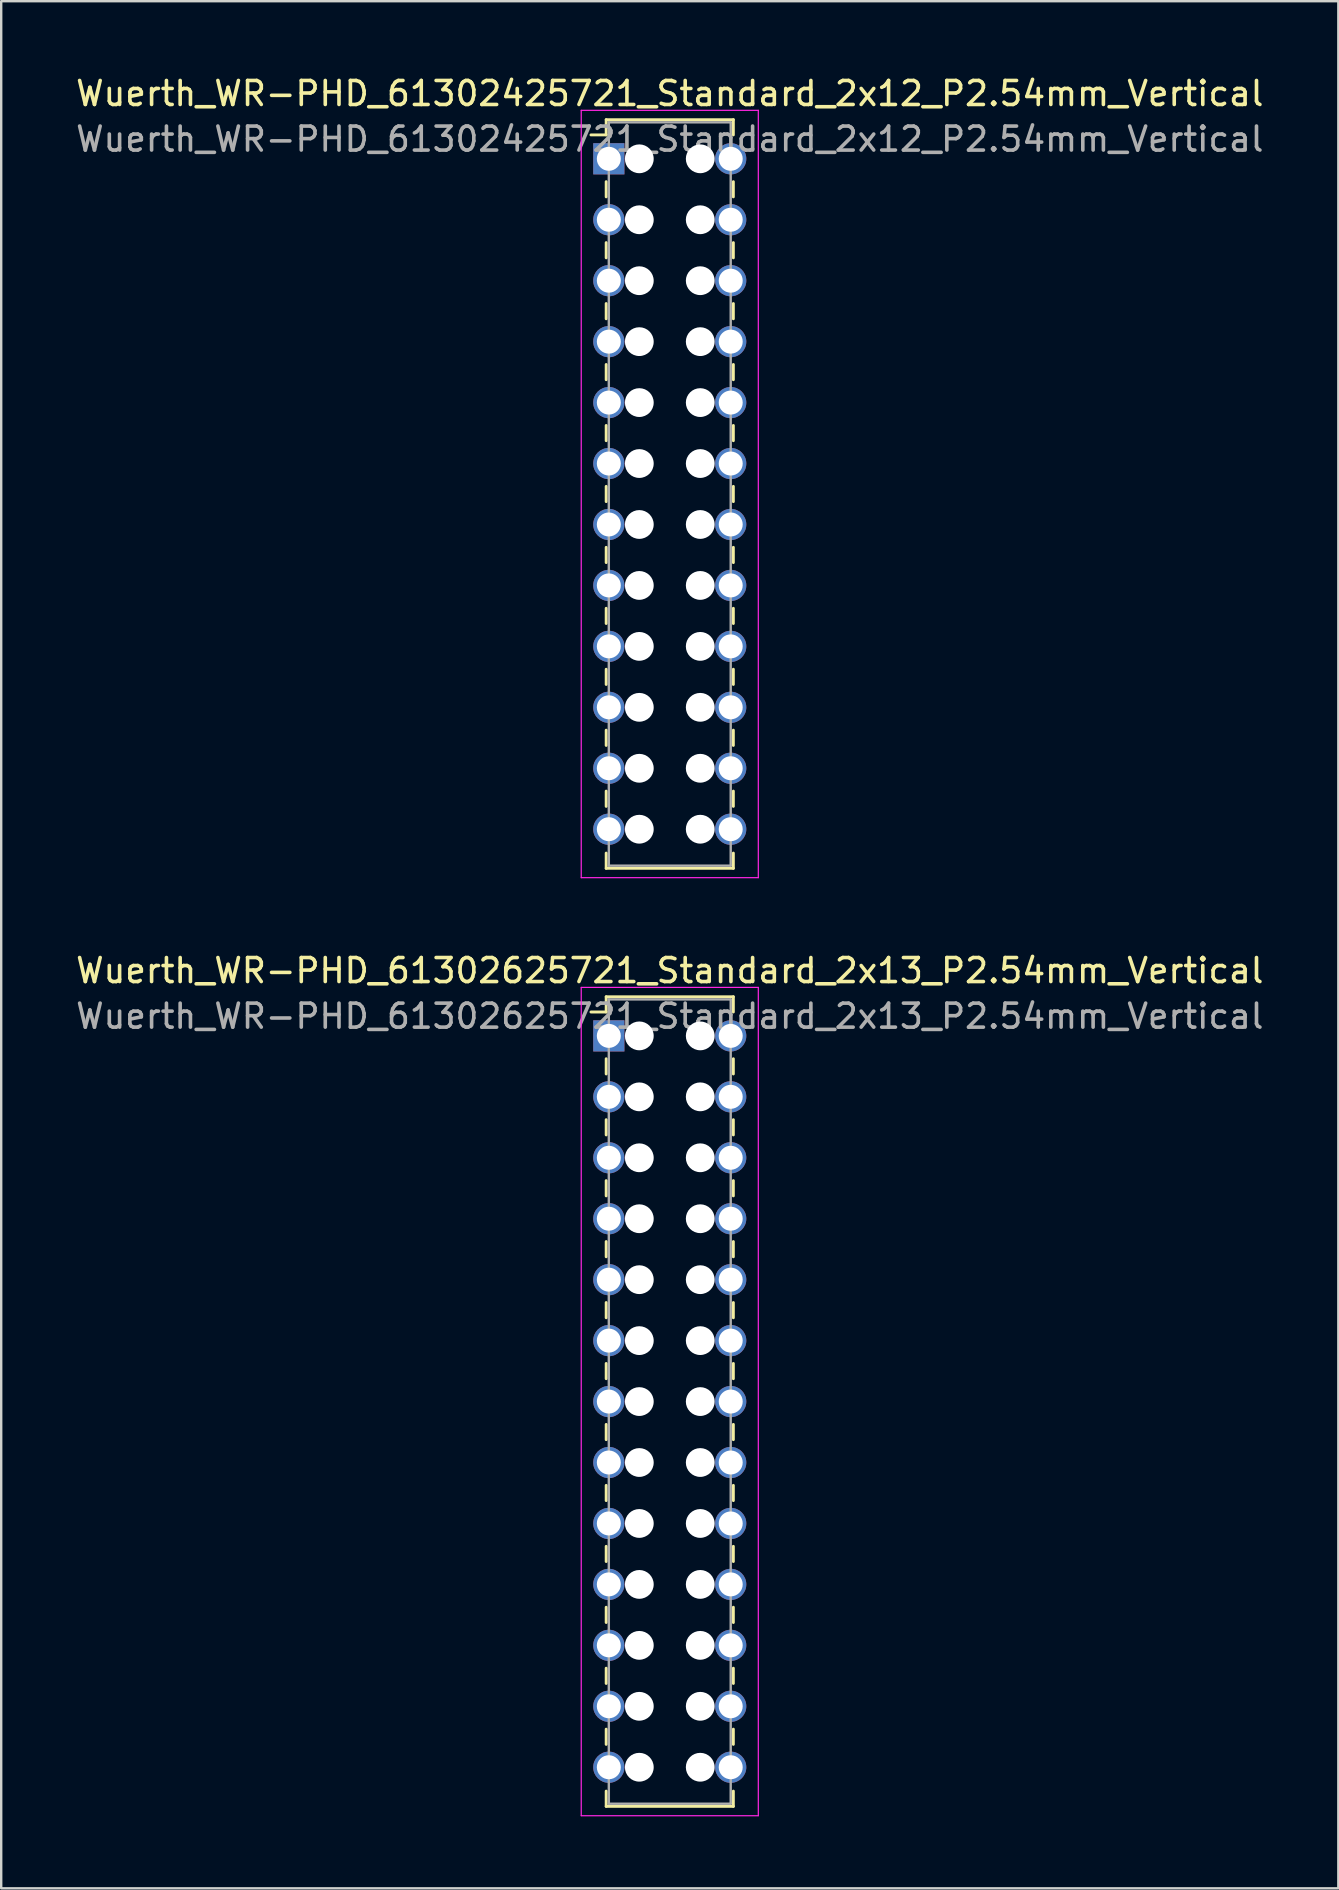
<source format=kicad_pcb>
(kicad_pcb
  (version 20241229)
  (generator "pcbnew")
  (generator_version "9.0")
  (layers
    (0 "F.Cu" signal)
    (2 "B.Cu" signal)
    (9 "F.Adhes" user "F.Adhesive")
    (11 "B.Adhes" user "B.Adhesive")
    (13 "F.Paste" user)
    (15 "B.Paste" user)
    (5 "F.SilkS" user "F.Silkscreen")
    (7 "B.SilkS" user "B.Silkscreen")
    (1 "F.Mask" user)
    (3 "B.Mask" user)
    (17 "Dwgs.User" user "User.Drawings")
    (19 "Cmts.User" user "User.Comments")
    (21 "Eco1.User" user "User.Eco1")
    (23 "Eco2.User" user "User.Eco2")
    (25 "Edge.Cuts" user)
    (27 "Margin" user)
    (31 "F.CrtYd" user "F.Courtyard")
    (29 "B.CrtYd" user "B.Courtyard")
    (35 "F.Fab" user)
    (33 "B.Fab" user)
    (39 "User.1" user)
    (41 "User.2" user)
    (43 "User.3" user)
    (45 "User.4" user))
  (footprint "Wuerth_WR-PHD_61302425721_Standard_2x12_P2.54mm_Vertical"
    (layer "F.Cu")
    (at 22.323 3.568)
    (property "Reference" "Wuerth_WR-PHD_61302425721_Standard_2x12_P2.54mm_Vertical" (at 2.54 -2.72 0) (layer "F.SilkS") (effects (font (size 1 1) (thickness 0.15))))
    (attr through_hole)
    (fp_line (start -0.11 -1.63) (end -0.11 -0.995) (stroke (width 0.12) (type solid)) (layer "F.SilkS"))
    (fp_line (start -0.11 -1.63) (end 5.19 -1.63) (stroke (width 0.12) (type solid)) (layer "F.SilkS"))
    (fp_line (start -0.11 -0.995) (end -0.745 -0.995) (stroke (width 0.12) (type solid)) (layer "F.SilkS"))
    (fp_line (start -0.11 0.953) (end -0.11 1.587) (stroke (width 0.12) (type solid)) (layer "F.SilkS"))
    (fp_line (start -0.11 3.493) (end -0.11 4.128) (stroke (width 0.12) (type solid)) (layer "F.SilkS"))
    (fp_line (start -0.11 6.032) (end -0.11 6.668) (stroke (width 0.12) (type solid)) (layer "F.SilkS"))
    (fp_line (start -0.11 8.572) (end -0.11 9.207) (stroke (width 0.12) (type solid)) (layer "F.SilkS"))
    (fp_line (start -0.11 11.113) (end -0.11 11.748) (stroke (width 0.12) (type solid)) (layer "F.SilkS"))
    (fp_line (start -0.11 13.652) (end -0.11 14.287) (stroke (width 0.12) (type solid)) (layer "F.SilkS"))
    (fp_line (start -0.11 16.192) (end -0.11 16.828) (stroke (width 0.12) (type solid)) (layer "F.SilkS"))
    (fp_line (start -0.11 18.733) (end -0.11 19.367) (stroke (width 0.12) (type solid)) (layer "F.SilkS"))
    (fp_line (start -0.11 21.273) (end -0.11 21.907) (stroke (width 0.12) (type solid)) (layer "F.SilkS"))
    (fp_line (start -0.11 23.812) (end -0.11 24.448) (stroke (width 0.12) (type solid)) (layer "F.SilkS"))
    (fp_line (start -0.11 26.352) (end -0.11 26.988) (stroke (width 0.12) (type solid)) (layer "F.SilkS"))
    (fp_line (start -0.11 29.57) (end -0.11 28.935) (stroke (width 0.12) (type solid)) (layer "F.SilkS"))
    (fp_line (start -0.11 29.57) (end 5.19 29.57) (stroke (width 0.12) (type solid)) (layer "F.SilkS"))
    (fp_line (start 5.19 -1.63) (end 5.19 -0.995) (stroke (width 0.12) (type solid)) (layer "F.SilkS"))
    (fp_line (start 5.19 0.953) (end 5.19 1.587) (stroke (width 0.12) (type solid)) (layer "F.SilkS"))
    (fp_line (start 5.19 3.493) (end 5.19 4.128) (stroke (width 0.12) (type solid)) (layer "F.SilkS"))
    (fp_line (start 5.19 6.032) (end 5.19 6.668) (stroke (width 0.12) (type solid)) (layer "F.SilkS"))
    (fp_line (start 5.19 8.572) (end 5.19 9.207) (stroke (width 0.12) (type solid)) (layer "F.SilkS"))
    (fp_line (start 5.19 11.113) (end 5.19 11.748) (stroke (width 0.12) (type solid)) (layer "F.SilkS"))
    (fp_line (start 5.19 13.652) (end 5.19 14.287) (stroke (width 0.12) (type solid)) (layer "F.SilkS"))
    (fp_line (start 5.19 16.192) (end 5.19 16.828) (stroke (width 0.12) (type solid)) (layer "F.SilkS"))
    (fp_line (start 5.19 18.733) (end 5.19 19.367) (stroke (width 0.12) (type solid)) (layer "F.SilkS"))
    (fp_line (start 5.19 21.273) (end 5.19 21.907) (stroke (width 0.12) (type solid)) (layer "F.SilkS"))
    (fp_line (start 5.19 23.812) (end 5.19 24.448) (stroke (width 0.12) (type solid)) (layer "F.SilkS"))
    (fp_line (start 5.19 26.352) (end 5.19 26.988) (stroke (width 0.12) (type solid)) (layer "F.SilkS"))
    (fp_line (start 5.19 29.57) (end 5.19 28.935) (stroke (width 0.12) (type solid)) (layer "F.SilkS"))
    (fp_line (start -1.15 -2.02) (end -1.15 29.96) (stroke (width 0.05) (type solid)) (layer "F.CrtYd"))
    (fp_line (start -1.15 29.96) (end 6.23 29.96) (stroke (width 0.05) (type solid)) (layer "F.CrtYd"))
    (fp_line (start 6.23 -2.02) (end -1.15 -2.02) (stroke (width 0.05) (type solid)) (layer "F.CrtYd"))
    (fp_line (start 6.23 29.96) (end 6.23 -2.02) (stroke (width 0.05) (type solid)) (layer "F.CrtYd"))
    (fp_line (start 0 -1.52) (end 0 29.46) (stroke (width 0.1) (type solid)) (layer "F.Fab"))
    (fp_line (start 0 29.46) (end 5.08 29.46) (stroke (width 0.1) (type solid)) (layer "F.Fab"))
    (fp_line (start 5.08 -1.52) (end 0 -1.52) (stroke (width 0.1) (type solid)) (layer "F.Fab"))
    (fp_line (start 5.08 29.46) (end 5.08 -1.52) (stroke (width 0.1) (type solid)) (layer "F.Fab"))
    (fp_text user "${REFERENCE}" (at 2.54 -0.82 0) (layer "F.Fab") (effects (font (size 1 1) (thickness 0.15))))
    (pad "" np_thru_hole circle (at 1.27 0) (size 1.2 1.2) (drill 1.2) (layers "*.Cu" "*.Mask"))
    (pad "" np_thru_hole circle (at 1.27 2.54) (size 1.2 1.2) (drill 1.2) (layers "*.Cu" "*.Mask"))
    (pad "" np_thru_hole circle (at 1.27 5.08) (size 1.2 1.2) (drill 1.2) (layers "*.Cu" "*.Mask"))
    (pad "" np_thru_hole circle (at 1.27 7.62) (size 1.2 1.2) (drill 1.2) (layers "*.Cu" "*.Mask"))
    (pad "" np_thru_hole circle (at 1.27 10.16) (size 1.2 1.2) (drill 1.2) (layers "*.Cu" "*.Mask"))
    (pad "" np_thru_hole circle (at 1.27 12.7) (size 1.2 1.2) (drill 1.2) (layers "*.Cu" "*.Mask"))
    (pad "" np_thru_hole circle (at 1.27 15.24) (size 1.2 1.2) (drill 1.2) (layers "*.Cu" "*.Mask"))
    (pad "" np_thru_hole circle (at 1.27 17.78) (size 1.2 1.2) (drill 1.2) (layers "*.Cu" "*.Mask"))
    (pad "" np_thru_hole circle (at 1.27 20.32) (size 1.2 1.2) (drill 1.2) (layers "*.Cu" "*.Mask"))
    (pad "" np_thru_hole circle (at 1.27 22.86) (size 1.2 1.2) (drill 1.2) (layers "*.Cu" "*.Mask"))
    (pad "" np_thru_hole circle (at 1.27 25.4) (size 1.2 1.2) (drill 1.2) (layers "*.Cu" "*.Mask"))
    (pad "" np_thru_hole circle (at 1.27 27.94) (size 1.2 1.2) (drill 1.2) (layers "*.Cu" "*.Mask"))
    (pad "" np_thru_hole circle (at 3.81 0) (size 1.2 1.2) (drill 1.2) (layers "*.Cu" "*.Mask"))
    (pad "" np_thru_hole circle (at 3.81 2.54) (size 1.2 1.2) (drill 1.2) (layers "*.Cu" "*.Mask"))
    (pad "" np_thru_hole circle (at 3.81 5.08) (size 1.2 1.2) (drill 1.2) (layers "*.Cu" "*.Mask"))
    (pad "" np_thru_hole circle (at 3.81 7.62) (size 1.2 1.2) (drill 1.2) (layers "*.Cu" "*.Mask"))
    (pad "" np_thru_hole circle (at 3.81 10.16) (size 1.2 1.2) (drill 1.2) (layers "*.Cu" "*.Mask"))
    (pad "" np_thru_hole circle (at 3.81 12.7) (size 1.2 1.2) (drill 1.2) (layers "*.Cu" "*.Mask"))
    (pad "" np_thru_hole circle (at 3.81 15.24) (size 1.2 1.2) (drill 1.2) (layers "*.Cu" "*.Mask"))
    (pad "" np_thru_hole circle (at 3.81 17.78) (size 1.2 1.2) (drill 1.2) (layers "*.Cu" "*.Mask"))
    (pad "" np_thru_hole circle (at 3.81 20.32) (size 1.2 1.2) (drill 1.2) (layers "*.Cu" "*.Mask"))
    (pad "" np_thru_hole circle (at 3.81 22.86) (size 1.2 1.2) (drill 1.2) (layers "*.Cu" "*.Mask"))
    (pad "" np_thru_hole circle (at 3.81 25.4) (size 1.2 1.2) (drill 1.2) (layers "*.Cu" "*.Mask"))
    (pad "" np_thru_hole circle (at 3.81 27.94) (size 1.2 1.2) (drill 1.2) (layers "*.Cu" "*.Mask"))
    (pad "1" thru_hole rect (at 0 0) (size 1.3 1.3) (drill 1) (layers "*.Cu" "*.Mask"))
    (pad "2" thru_hole circle (at 5.08 0) (size 1.3 1.3) (drill 1) (layers "*.Cu" "*.Mask"))
    (pad "3" thru_hole circle (at 0 2.54) (size 1.3 1.3) (drill 1) (layers "*.Cu" "*.Mask"))
    (pad "4" thru_hole circle (at 5.08 2.54) (size 1.3 1.3) (drill 1) (layers "*.Cu" "*.Mask"))
    (pad "5" thru_hole circle (at 0 5.08) (size 1.3 1.3) (drill 1) (layers "*.Cu" "*.Mask"))
    (pad "6" thru_hole circle (at 5.08 5.08) (size 1.3 1.3) (drill 1) (layers "*.Cu" "*.Mask"))
    (pad "7" thru_hole circle (at 0 7.62) (size 1.3 1.3) (drill 1) (layers "*.Cu" "*.Mask"))
    (pad "8" thru_hole circle (at 5.08 7.62) (size 1.3 1.3) (drill 1) (layers "*.Cu" "*.Mask"))
    (pad "9" thru_hole circle (at 0 10.16) (size 1.3 1.3) (drill 1) (layers "*.Cu" "*.Mask"))
    (pad "10" thru_hole circle (at 5.08 10.16) (size 1.3 1.3) (drill 1) (layers "*.Cu" "*.Mask"))
    (pad "11" thru_hole circle (at 0 12.7) (size 1.3 1.3) (drill 1) (layers "*.Cu" "*.Mask"))
    (pad "12" thru_hole circle (at 5.08 12.7) (size 1.3 1.3) (drill 1) (layers "*.Cu" "*.Mask"))
    (pad "13" thru_hole circle (at 0 15.24) (size 1.3 1.3) (drill 1) (layers "*.Cu" "*.Mask"))
    (pad "14" thru_hole circle (at 5.08 15.24) (size 1.3 1.3) (drill 1) (layers "*.Cu" "*.Mask"))
    (pad "15" thru_hole circle (at 0 17.78) (size 1.3 1.3) (drill 1) (layers "*.Cu" "*.Mask"))
    (pad "16" thru_hole circle (at 5.08 17.78) (size 1.3 1.3) (drill 1) (layers "*.Cu" "*.Mask"))
    (pad "17" thru_hole circle (at 0 20.32) (size 1.3 1.3) (drill 1) (layers "*.Cu" "*.Mask"))
    (pad "18" thru_hole circle (at 5.08 20.32) (size 1.3 1.3) (drill 1) (layers "*.Cu" "*.Mask"))
    (pad "19" thru_hole circle (at 0 22.86) (size 1.3 1.3) (drill 1) (layers "*.Cu" "*.Mask"))
    (pad "20" thru_hole circle (at 5.08 22.86) (size 1.3 1.3) (drill 1) (layers "*.Cu" "*.Mask"))
    (pad "21" thru_hole circle (at 0 25.4) (size 1.3 1.3) (drill 1) (layers "*.Cu" "*.Mask"))
    (pad "22" thru_hole circle (at 5.08 25.4) (size 1.3 1.3) (drill 1) (layers "*.Cu" "*.Mask"))
    (pad "23" thru_hole circle (at 0 27.94) (size 1.3 1.3) (drill 1) (layers "*.Cu" "*.Mask"))
    (pad "24" thru_hole circle (at 5.08 27.94) (size 1.3 1.3) (drill 1) (layers "*.Cu" "*.Mask")))
  (footprint "Wuerth_WR-PHD_61302625721_Standard_2x13_P2.54mm_Vertical"
    (layer "F.Cu")
    (at 22.323 40.121)
    (property "Reference" "Wuerth_WR-PHD_61302625721_Standard_2x13_P2.54mm_Vertical" (at 2.54 -2.72 0) (layer "F.SilkS") (effects (font (size 1 1) (thickness 0.15))))
    (attr through_hole)
    (fp_line (start -0.11 -1.63) (end -0.11 -0.995) (stroke (width 0.12) (type solid)) (layer "F.SilkS"))
    (fp_line (start -0.11 -1.63) (end 5.19 -1.63) (stroke (width 0.12) (type solid)) (layer "F.SilkS"))
    (fp_line (start -0.11 -0.995) (end -0.745 -0.995) (stroke (width 0.12) (type solid)) (layer "F.SilkS"))
    (fp_line (start -0.11 0.953) (end -0.11 1.587) (stroke (width 0.12) (type solid)) (layer "F.SilkS"))
    (fp_line (start -0.11 3.493) (end -0.11 4.128) (stroke (width 0.12) (type solid)) (layer "F.SilkS"))
    (fp_line (start -0.11 6.032) (end -0.11 6.668) (stroke (width 0.12) (type solid)) (layer "F.SilkS"))
    (fp_line (start -0.11 8.572) (end -0.11 9.207) (stroke (width 0.12) (type solid)) (layer "F.SilkS"))
    (fp_line (start -0.11 11.113) (end -0.11 11.748) (stroke (width 0.12) (type solid)) (layer "F.SilkS"))
    (fp_line (start -0.11 13.652) (end -0.11 14.287) (stroke (width 0.12) (type solid)) (layer "F.SilkS"))
    (fp_line (start -0.11 16.192) (end -0.11 16.828) (stroke (width 0.12) (type solid)) (layer "F.SilkS"))
    (fp_line (start -0.11 18.733) (end -0.11 19.367) (stroke (width 0.12) (type solid)) (layer "F.SilkS"))
    (fp_line (start -0.11 21.273) (end -0.11 21.907) (stroke (width 0.12) (type solid)) (layer "F.SilkS"))
    (fp_line (start -0.11 23.812) (end -0.11 24.448) (stroke (width 0.12) (type solid)) (layer "F.SilkS"))
    (fp_line (start -0.11 26.352) (end -0.11 26.988) (stroke (width 0.12) (type solid)) (layer "F.SilkS"))
    (fp_line (start -0.11 28.892) (end -0.11 29.527) (stroke (width 0.12) (type solid)) (layer "F.SilkS"))
    (fp_line (start -0.11 32.11) (end -0.11 31.475) (stroke (width 0.12) (type solid)) (layer "F.SilkS"))
    (fp_line (start -0.11 32.11) (end 5.19 32.11) (stroke (width 0.12) (type solid)) (layer "F.SilkS"))
    (fp_line (start 5.19 -1.63) (end 5.19 -0.995) (stroke (width 0.12) (type solid)) (layer "F.SilkS"))
    (fp_line (start 5.19 0.953) (end 5.19 1.587) (stroke (width 0.12) (type solid)) (layer "F.SilkS"))
    (fp_line (start 5.19 3.493) (end 5.19 4.128) (stroke (width 0.12) (type solid)) (layer "F.SilkS"))
    (fp_line (start 5.19 6.032) (end 5.19 6.668) (stroke (width 0.12) (type solid)) (layer "F.SilkS"))
    (fp_line (start 5.19 8.572) (end 5.19 9.207) (stroke (width 0.12) (type solid)) (layer "F.SilkS"))
    (fp_line (start 5.19 11.113) (end 5.19 11.748) (stroke (width 0.12) (type solid)) (layer "F.SilkS"))
    (fp_line (start 5.19 13.652) (end 5.19 14.287) (stroke (width 0.12) (type solid)) (layer "F.SilkS"))
    (fp_line (start 5.19 16.192) (end 5.19 16.828) (stroke (width 0.12) (type solid)) (layer "F.SilkS"))
    (fp_line (start 5.19 18.733) (end 5.19 19.367) (stroke (width 0.12) (type solid)) (layer "F.SilkS"))
    (fp_line (start 5.19 21.273) (end 5.19 21.907) (stroke (width 0.12) (type solid)) (layer "F.SilkS"))
    (fp_line (start 5.19 23.812) (end 5.19 24.448) (stroke (width 0.12) (type solid)) (layer "F.SilkS"))
    (fp_line (start 5.19 26.352) (end 5.19 26.988) (stroke (width 0.12) (type solid)) (layer "F.SilkS"))
    (fp_line (start 5.19 28.892) (end 5.19 29.527) (stroke (width 0.12) (type solid)) (layer "F.SilkS"))
    (fp_line (start 5.19 32.11) (end 5.19 31.475) (stroke (width 0.12) (type solid)) (layer "F.SilkS"))
    (fp_line (start -1.15 -2.02) (end -1.15 32.5) (stroke (width 0.05) (type solid)) (layer "F.CrtYd"))
    (fp_line (start -1.15 32.5) (end 6.23 32.5) (stroke (width 0.05) (type solid)) (layer "F.CrtYd"))
    (fp_line (start 6.23 -2.02) (end -1.15 -2.02) (stroke (width 0.05) (type solid)) (layer "F.CrtYd"))
    (fp_line (start 6.23 32.5) (end 6.23 -2.02) (stroke (width 0.05) (type solid)) (layer "F.CrtYd"))
    (fp_line (start 0 -1.52) (end 0 32) (stroke (width 0.1) (type solid)) (layer "F.Fab"))
    (fp_line (start 0 32) (end 5.08 32) (stroke (width 0.1) (type solid)) (layer "F.Fab"))
    (fp_line (start 5.08 -1.52) (end 0 -1.52) (stroke (width 0.1) (type solid)) (layer "F.Fab"))
    (fp_line (start 5.08 32) (end 5.08 -1.52) (stroke (width 0.1) (type solid)) (layer "F.Fab"))
    (fp_text user "${REFERENCE}" (at 2.54 -0.82 0) (layer "F.Fab") (effects (font (size 1 1) (thickness 0.15))))
    (pad "" np_thru_hole circle (at 1.27 0) (size 1.2 1.2) (drill 1.2) (layers "*.Cu" "*.Mask"))
    (pad "" np_thru_hole circle (at 1.27 2.54) (size 1.2 1.2) (drill 1.2) (layers "*.Cu" "*.Mask"))
    (pad "" np_thru_hole circle (at 1.27 5.08) (size 1.2 1.2) (drill 1.2) (layers "*.Cu" "*.Mask"))
    (pad "" np_thru_hole circle (at 1.27 7.62) (size 1.2 1.2) (drill 1.2) (layers "*.Cu" "*.Mask"))
    (pad "" np_thru_hole circle (at 1.27 10.16) (size 1.2 1.2) (drill 1.2) (layers "*.Cu" "*.Mask"))
    (pad "" np_thru_hole circle (at 1.27 12.7) (size 1.2 1.2) (drill 1.2) (layers "*.Cu" "*.Mask"))
    (pad "" np_thru_hole circle (at 1.27 15.24) (size 1.2 1.2) (drill 1.2) (layers "*.Cu" "*.Mask"))
    (pad "" np_thru_hole circle (at 1.27 17.78) (size 1.2 1.2) (drill 1.2) (layers "*.Cu" "*.Mask"))
    (pad "" np_thru_hole circle (at 1.27 20.32) (size 1.2 1.2) (drill 1.2) (layers "*.Cu" "*.Mask"))
    (pad "" np_thru_hole circle (at 1.27 22.86) (size 1.2 1.2) (drill 1.2) (layers "*.Cu" "*.Mask"))
    (pad "" np_thru_hole circle (at 1.27 25.4) (size 1.2 1.2) (drill 1.2) (layers "*.Cu" "*.Mask"))
    (pad "" np_thru_hole circle (at 1.27 27.94) (size 1.2 1.2) (drill 1.2) (layers "*.Cu" "*.Mask"))
    (pad "" np_thru_hole circle (at 1.27 30.48) (size 1.2 1.2) (drill 1.2) (layers "*.Cu" "*.Mask"))
    (pad "" np_thru_hole circle (at 3.81 0) (size 1.2 1.2) (drill 1.2) (layers "*.Cu" "*.Mask"))
    (pad "" np_thru_hole circle (at 3.81 2.54) (size 1.2 1.2) (drill 1.2) (layers "*.Cu" "*.Mask"))
    (pad "" np_thru_hole circle (at 3.81 5.08) (size 1.2 1.2) (drill 1.2) (layers "*.Cu" "*.Mask"))
    (pad "" np_thru_hole circle (at 3.81 7.62) (size 1.2 1.2) (drill 1.2) (layers "*.Cu" "*.Mask"))
    (pad "" np_thru_hole circle (at 3.81 10.16) (size 1.2 1.2) (drill 1.2) (layers "*.Cu" "*.Mask"))
    (pad "" np_thru_hole circle (at 3.81 12.7) (size 1.2 1.2) (drill 1.2) (layers "*.Cu" "*.Mask"))
    (pad "" np_thru_hole circle (at 3.81 15.24) (size 1.2 1.2) (drill 1.2) (layers "*.Cu" "*.Mask"))
    (pad "" np_thru_hole circle (at 3.81 17.78) (size 1.2 1.2) (drill 1.2) (layers "*.Cu" "*.Mask"))
    (pad "" np_thru_hole circle (at 3.81 20.32) (size 1.2 1.2) (drill 1.2) (layers "*.Cu" "*.Mask"))
    (pad "" np_thru_hole circle (at 3.81 22.86) (size 1.2 1.2) (drill 1.2) (layers "*.Cu" "*.Mask"))
    (pad "" np_thru_hole circle (at 3.81 25.4) (size 1.2 1.2) (drill 1.2) (layers "*.Cu" "*.Mask"))
    (pad "" np_thru_hole circle (at 3.81 27.94) (size 1.2 1.2) (drill 1.2) (layers "*.Cu" "*.Mask"))
    (pad "" np_thru_hole circle (at 3.81 30.48) (size 1.2 1.2) (drill 1.2) (layers "*.Cu" "*.Mask"))
    (pad "1" thru_hole rect (at 0 0) (size 1.3 1.3) (drill 1) (layers "*.Cu" "*.Mask"))
    (pad "2" thru_hole circle (at 5.08 0) (size 1.3 1.3) (drill 1) (layers "*.Cu" "*.Mask"))
    (pad "3" thru_hole circle (at 0 2.54) (size 1.3 1.3) (drill 1) (layers "*.Cu" "*.Mask"))
    (pad "4" thru_hole circle (at 5.08 2.54) (size 1.3 1.3) (drill 1) (layers "*.Cu" "*.Mask"))
    (pad "5" thru_hole circle (at 0 5.08) (size 1.3 1.3) (drill 1) (layers "*.Cu" "*.Mask"))
    (pad "6" thru_hole circle (at 5.08 5.08) (size 1.3 1.3) (drill 1) (layers "*.Cu" "*.Mask"))
    (pad "7" thru_hole circle (at 0 7.62) (size 1.3 1.3) (drill 1) (layers "*.Cu" "*.Mask"))
    (pad "8" thru_hole circle (at 5.08 7.62) (size 1.3 1.3) (drill 1) (layers "*.Cu" "*.Mask"))
    (pad "9" thru_hole circle (at 0 10.16) (size 1.3 1.3) (drill 1) (layers "*.Cu" "*.Mask"))
    (pad "10" thru_hole circle (at 5.08 10.16) (size 1.3 1.3) (drill 1) (layers "*.Cu" "*.Mask"))
    (pad "11" thru_hole circle (at 0 12.7) (size 1.3 1.3) (drill 1) (layers "*.Cu" "*.Mask"))
    (pad "12" thru_hole circle (at 5.08 12.7) (size 1.3 1.3) (drill 1) (layers "*.Cu" "*.Mask"))
    (pad "13" thru_hole circle (at 0 15.24) (size 1.3 1.3) (drill 1) (layers "*.Cu" "*.Mask"))
    (pad "14" thru_hole circle (at 5.08 15.24) (size 1.3 1.3) (drill 1) (layers "*.Cu" "*.Mask"))
    (pad "15" thru_hole circle (at 0 17.78) (size 1.3 1.3) (drill 1) (layers "*.Cu" "*.Mask"))
    (pad "16" thru_hole circle (at 5.08 17.78) (size 1.3 1.3) (drill 1) (layers "*.Cu" "*.Mask"))
    (pad "17" thru_hole circle (at 0 20.32) (size 1.3 1.3) (drill 1) (layers "*.Cu" "*.Mask"))
    (pad "18" thru_hole circle (at 5.08 20.32) (size 1.3 1.3) (drill 1) (layers "*.Cu" "*.Mask"))
    (pad "19" thru_hole circle (at 0 22.86) (size 1.3 1.3) (drill 1) (layers "*.Cu" "*.Mask"))
    (pad "20" thru_hole circle (at 5.08 22.86) (size 1.3 1.3) (drill 1) (layers "*.Cu" "*.Mask"))
    (pad "21" thru_hole circle (at 0 25.4) (size 1.3 1.3) (drill 1) (layers "*.Cu" "*.Mask"))
    (pad "22" thru_hole circle (at 5.08 25.4) (size 1.3 1.3) (drill 1) (layers "*.Cu" "*.Mask"))
    (pad "23" thru_hole circle (at 0 27.94) (size 1.3 1.3) (drill 1) (layers "*.Cu" "*.Mask"))
    (pad "24" thru_hole circle (at 5.08 27.94) (size 1.3 1.3) (drill 1) (layers "*.Cu" "*.Mask"))
    (pad "25" thru_hole circle (at 0 30.48) (size 1.3 1.3) (drill 1) (layers "*.Cu" "*.Mask"))
    (pad "26" thru_hole circle (at 5.08 30.48) (size 1.3 1.3) (drill 1) (layers "*.Cu" "*.Mask")))
  (gr_rect
    (start -3 -3)
    (end 52.726 75.647)
    (stroke (width 0.1) (type default))
    (fill no)
    (layer "Edge.Cuts")))
</source>
